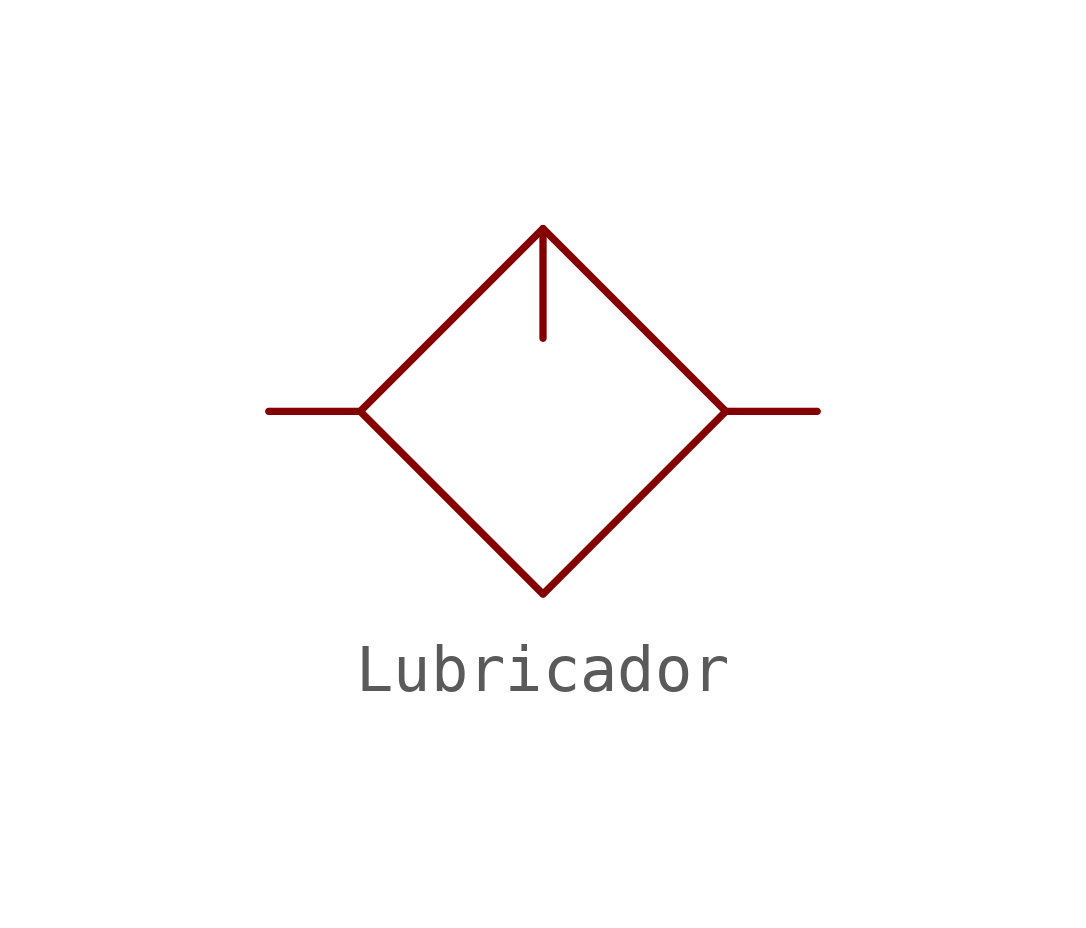
<source format=kicad_sym>
(kicad_symbol_lib
  (version 20211014)
  (generator kicad_symbol_editor)
  (symbol "Lubricador"
    (pin_names
      (offset 1.016))
    (property "Reference" "V"
      (at -5.08 -5.08 0)
      (effects (font (size 2.54 2.54)) (justify left) hide))
    (symbol "Lubricador_0_1"
      (polyline (pts (xy -3.81 3.81) (xy -3.81 1.524)) (stroke (width 0) (type default) (color 0 0 0 0)) (fill (type none)))
      (polyline (pts (xy -3.81 3.81) (xy -7.62 0) (xy -3.81 -3.81) (xy 0 0) (xy -3.81 3.81)) (stroke (width 0) (type default) (color 0 0 0 0)) (fill (type none))))
    (symbol "Lubricador_1_1"
      (pin input line (at -9.525 0 0) (length 1.905) (name "" (effects (font (size 1.27 1.27)))) (number "" (effects (font (size 1.27 1.27)))))
      (pin output line (at 1.905 0 180) (length 1.905) (name "" (effects (font (size 1.27 1.27)))) (number "" (effects (font (size 1.27 1.27))))))))
</source>
